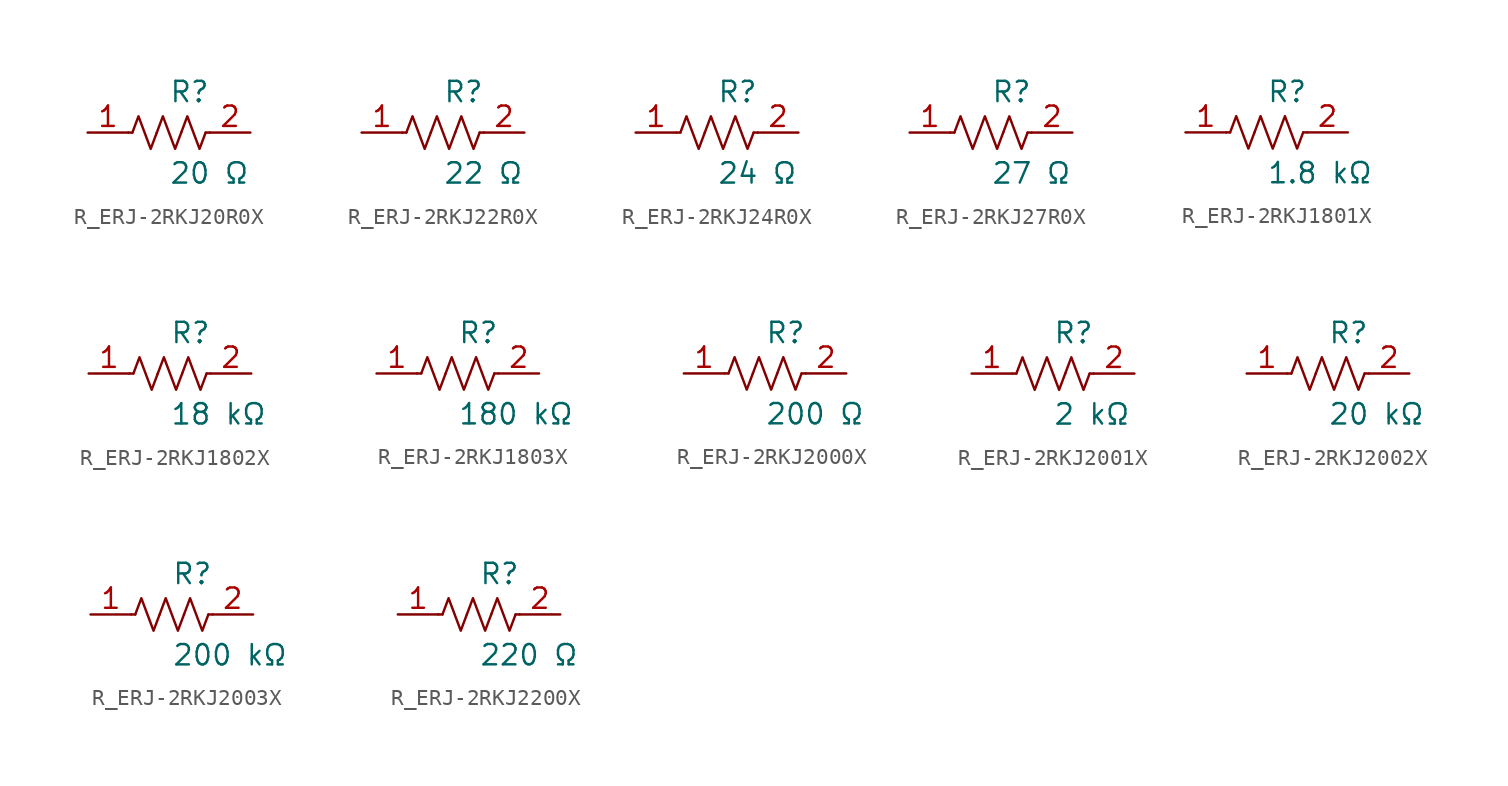
<source format=kicad_sym>
(kicad_symbol_lib
  (version 20231120)
  (generator kicad_symbol_editor)
  (generator_version 8.0)
  (symbol "R_ERJ-2RKJ20R0X"
    (pin_names
      (offset 0.254))
    (property "Reference" "R"
      (at 0.0 2.54 0)
      (effects (font (size 1.27 1.27)) (justify left)))
    (property "Value" "20 Ω"
      (at 0.0 -2.54 0)
      (effects (font (size 1.27 1.27)) (justify left)))
    (symbol "R_ERJ-2RKJ20R0X_0_1"
      (polyline (pts (xy 2.286 0) (xy 2.54 0)) (stroke (width 0) (type default)) (fill (type none)))
      (polyline (pts (xy -2.286 0) (xy -2.54 0)) (stroke (width 0) (type default)) (fill (type none)))
      (polyline (pts (xy 0.762 0) (xy 1.143 1.016) (xy 1.524 0) (xy 1.905 -1.016) (xy 2.286 0)) (stroke (width 0) (type default)) (fill (type none)))
      (polyline (pts (xy -0.762 0) (xy -0.381 1.016) (xy 0 0) (xy 0.381 -1.016) (xy 0.762 0)) (stroke (width 0) (type default)) (fill (type none)))
      (polyline (pts (xy -2.286 0) (xy -1.905 1.016) (xy -1.524 0) (xy -1.143 -1.016) (xy -0.762 0)) (stroke (width 0) (type default)) (fill (type none))))
    (pin unspecified line
      (at -5.08 0 0)
      (length 2.54)
      (name "" (effects (font (size 1.27 1.27))))
      (number "1" (effects (font (size 1.27 1.27)))))
    (pin unspecified line
      (at 5.08 0 180)
      (length 2.54)
      (name "" (effects (font (size 1.27 1.27))))
      (number "2" (effects (font (size 1.27 1.27))))))
  (symbol "R_ERJ-2RKJ22R0X"
    (pin_names
      (offset 0.254))
    (property "Reference" "R"
      (at 0.0 2.54 0)
      (effects (font (size 1.27 1.27)) (justify left)))
    (property "Value" "22 Ω"
      (at 0.0 -2.54 0)
      (effects (font (size 1.27 1.27)) (justify left)))
    (symbol "R_ERJ-2RKJ22R0X_0_1"
      (polyline (pts (xy 2.286 0) (xy 2.54 0)) (stroke (width 0) (type default)) (fill (type none)))
      (polyline (pts (xy -2.286 0) (xy -2.54 0)) (stroke (width 0) (type default)) (fill (type none)))
      (polyline (pts (xy 0.762 0) (xy 1.143 1.016) (xy 1.524 0) (xy 1.905 -1.016) (xy 2.286 0)) (stroke (width 0) (type default)) (fill (type none)))
      (polyline (pts (xy -0.762 0) (xy -0.381 1.016) (xy 0 0) (xy 0.381 -1.016) (xy 0.762 0)) (stroke (width 0) (type default)) (fill (type none)))
      (polyline (pts (xy -2.286 0) (xy -1.905 1.016) (xy -1.524 0) (xy -1.143 -1.016) (xy -0.762 0)) (stroke (width 0) (type default)) (fill (type none))))
    (pin unspecified line
      (at -5.08 0 0)
      (length 2.54)
      (name "" (effects (font (size 1.27 1.27))))
      (number "1" (effects (font (size 1.27 1.27)))))
    (pin unspecified line
      (at 5.08 0 180)
      (length 2.54)
      (name "" (effects (font (size 1.27 1.27))))
      (number "2" (effects (font (size 1.27 1.27))))))
  (symbol "R_ERJ-2RKJ24R0X"
    (pin_names
      (offset 0.254))
    (property "Reference" "R"
      (at 0.0 2.54 0)
      (effects (font (size 1.27 1.27)) (justify left)))
    (property "Value" "24 Ω"
      (at 0.0 -2.54 0)
      (effects (font (size 1.27 1.27)) (justify left)))
    (symbol "R_ERJ-2RKJ24R0X_0_1"
      (polyline (pts (xy 2.286 0) (xy 2.54 0)) (stroke (width 0) (type default)) (fill (type none)))
      (polyline (pts (xy -2.286 0) (xy -2.54 0)) (stroke (width 0) (type default)) (fill (type none)))
      (polyline (pts (xy 0.762 0) (xy 1.143 1.016) (xy 1.524 0) (xy 1.905 -1.016) (xy 2.286 0)) (stroke (width 0) (type default)) (fill (type none)))
      (polyline (pts (xy -0.762 0) (xy -0.381 1.016) (xy 0 0) (xy 0.381 -1.016) (xy 0.762 0)) (stroke (width 0) (type default)) (fill (type none)))
      (polyline (pts (xy -2.286 0) (xy -1.905 1.016) (xy -1.524 0) (xy -1.143 -1.016) (xy -0.762 0)) (stroke (width 0) (type default)) (fill (type none))))
    (pin unspecified line
      (at -5.08 0 0)
      (length 2.54)
      (name "" (effects (font (size 1.27 1.27))))
      (number "1" (effects (font (size 1.27 1.27)))))
    (pin unspecified line
      (at 5.08 0 180)
      (length 2.54)
      (name "" (effects (font (size 1.27 1.27))))
      (number "2" (effects (font (size 1.27 1.27))))))
  (symbol "R_ERJ-2RKJ27R0X"
    (pin_names
      (offset 0.254))
    (property "Reference" "R"
      (at 0.0 2.54 0)
      (effects (font (size 1.27 1.27)) (justify left)))
    (property "Value" "27 Ω"
      (at 0.0 -2.54 0)
      (effects (font (size 1.27 1.27)) (justify left)))
    (symbol "R_ERJ-2RKJ27R0X_0_1"
      (polyline (pts (xy 2.286 0) (xy 2.54 0)) (stroke (width 0) (type default)) (fill (type none)))
      (polyline (pts (xy -2.286 0) (xy -2.54 0)) (stroke (width 0) (type default)) (fill (type none)))
      (polyline (pts (xy 0.762 0) (xy 1.143 1.016) (xy 1.524 0) (xy 1.905 -1.016) (xy 2.286 0)) (stroke (width 0) (type default)) (fill (type none)))
      (polyline (pts (xy -0.762 0) (xy -0.381 1.016) (xy 0 0) (xy 0.381 -1.016) (xy 0.762 0)) (stroke (width 0) (type default)) (fill (type none)))
      (polyline (pts (xy -2.286 0) (xy -1.905 1.016) (xy -1.524 0) (xy -1.143 -1.016) (xy -0.762 0)) (stroke (width 0) (type default)) (fill (type none))))
    (pin unspecified line
      (at -5.08 0 0)
      (length 2.54)
      (name "" (effects (font (size 1.27 1.27))))
      (number "1" (effects (font (size 1.27 1.27)))))
    (pin unspecified line
      (at 5.08 0 180)
      (length 2.54)
      (name "" (effects (font (size 1.27 1.27))))
      (number "2" (effects (font (size 1.27 1.27))))))
  (symbol "R_ERJ-2RKJ1801X"
    (pin_names
      (offset 0.254))
    (property "Reference" "R"
      (at 0.0 2.54 0)
      (effects (font (size 1.27 1.27)) (justify left)))
    (property "Value" "1.8 kΩ"
      (at 0.0 -2.54 0)
      (effects (font (size 1.27 1.27)) (justify left)))
    (symbol "R_ERJ-2RKJ1801X_0_1"
      (polyline (pts (xy 2.286 0) (xy 2.54 0)) (stroke (width 0) (type default)) (fill (type none)))
      (polyline (pts (xy -2.286 0) (xy -2.54 0)) (stroke (width 0) (type default)) (fill (type none)))
      (polyline (pts (xy 0.762 0) (xy 1.143 1.016) (xy 1.524 0) (xy 1.905 -1.016) (xy 2.286 0)) (stroke (width 0) (type default)) (fill (type none)))
      (polyline (pts (xy -0.762 0) (xy -0.381 1.016) (xy 0 0) (xy 0.381 -1.016) (xy 0.762 0)) (stroke (width 0) (type default)) (fill (type none)))
      (polyline (pts (xy -2.286 0) (xy -1.905 1.016) (xy -1.524 0) (xy -1.143 -1.016) (xy -0.762 0)) (stroke (width 0) (type default)) (fill (type none))))
    (pin unspecified line
      (at -5.08 0 0)
      (length 2.54)
      (name "" (effects (font (size 1.27 1.27))))
      (number "1" (effects (font (size 1.27 1.27)))))
    (pin unspecified line
      (at 5.08 0 180)
      (length 2.54)
      (name "" (effects (font (size 1.27 1.27))))
      (number "2" (effects (font (size 1.27 1.27))))))
  (symbol "R_ERJ-2RKJ1802X"
    (pin_names
      (offset 0.254))
    (property "Reference" "R"
      (at 0.0 2.54 0)
      (effects (font (size 1.27 1.27)) (justify left)))
    (property "Value" "18 kΩ"
      (at 0.0 -2.54 0)
      (effects (font (size 1.27 1.27)) (justify left)))
    (symbol "R_ERJ-2RKJ1802X_0_1"
      (polyline (pts (xy 2.286 0) (xy 2.54 0)) (stroke (width 0) (type default)) (fill (type none)))
      (polyline (pts (xy -2.286 0) (xy -2.54 0)) (stroke (width 0) (type default)) (fill (type none)))
      (polyline (pts (xy 0.762 0) (xy 1.143 1.016) (xy 1.524 0) (xy 1.905 -1.016) (xy 2.286 0)) (stroke (width 0) (type default)) (fill (type none)))
      (polyline (pts (xy -0.762 0) (xy -0.381 1.016) (xy 0 0) (xy 0.381 -1.016) (xy 0.762 0)) (stroke (width 0) (type default)) (fill (type none)))
      (polyline (pts (xy -2.286 0) (xy -1.905 1.016) (xy -1.524 0) (xy -1.143 -1.016) (xy -0.762 0)) (stroke (width 0) (type default)) (fill (type none))))
    (pin unspecified line
      (at -5.08 0 0)
      (length 2.54)
      (name "" (effects (font (size 1.27 1.27))))
      (number "1" (effects (font (size 1.27 1.27)))))
    (pin unspecified line
      (at 5.08 0 180)
      (length 2.54)
      (name "" (effects (font (size 1.27 1.27))))
      (number "2" (effects (font (size 1.27 1.27))))))
  (symbol "R_ERJ-2RKJ1803X"
    (pin_names
      (offset 0.254))
    (property "Reference" "R"
      (at 0.0 2.54 0)
      (effects (font (size 1.27 1.27)) (justify left)))
    (property "Value" "180 kΩ"
      (at 0.0 -2.54 0)
      (effects (font (size 1.27 1.27)) (justify left)))
    (symbol "R_ERJ-2RKJ1803X_0_1"
      (polyline (pts (xy 2.286 0) (xy 2.54 0)) (stroke (width 0) (type default)) (fill (type none)))
      (polyline (pts (xy -2.286 0) (xy -2.54 0)) (stroke (width 0) (type default)) (fill (type none)))
      (polyline (pts (xy 0.762 0) (xy 1.143 1.016) (xy 1.524 0) (xy 1.905 -1.016) (xy 2.286 0)) (stroke (width 0) (type default)) (fill (type none)))
      (polyline (pts (xy -0.762 0) (xy -0.381 1.016) (xy 0 0) (xy 0.381 -1.016) (xy 0.762 0)) (stroke (width 0) (type default)) (fill (type none)))
      (polyline (pts (xy -2.286 0) (xy -1.905 1.016) (xy -1.524 0) (xy -1.143 -1.016) (xy -0.762 0)) (stroke (width 0) (type default)) (fill (type none))))
    (pin unspecified line
      (at -5.08 0 0)
      (length 2.54)
      (name "" (effects (font (size 1.27 1.27))))
      (number "1" (effects (font (size 1.27 1.27)))))
    (pin unspecified line
      (at 5.08 0 180)
      (length 2.54)
      (name "" (effects (font (size 1.27 1.27))))
      (number "2" (effects (font (size 1.27 1.27))))))
  (symbol "R_ERJ-2RKJ2000X"
    (pin_names
      (offset 0.254))
    (property "Reference" "R"
      (at 0.0 2.54 0)
      (effects (font (size 1.27 1.27)) (justify left)))
    (property "Value" "200 Ω"
      (at 0.0 -2.54 0)
      (effects (font (size 1.27 1.27)) (justify left)))
    (symbol "R_ERJ-2RKJ2000X_0_1"
      (polyline (pts (xy 2.286 0) (xy 2.54 0)) (stroke (width 0) (type default)) (fill (type none)))
      (polyline (pts (xy -2.286 0) (xy -2.54 0)) (stroke (width 0) (type default)) (fill (type none)))
      (polyline (pts (xy 0.762 0) (xy 1.143 1.016) (xy 1.524 0) (xy 1.905 -1.016) (xy 2.286 0)) (stroke (width 0) (type default)) (fill (type none)))
      (polyline (pts (xy -0.762 0) (xy -0.381 1.016) (xy 0 0) (xy 0.381 -1.016) (xy 0.762 0)) (stroke (width 0) (type default)) (fill (type none)))
      (polyline (pts (xy -2.286 0) (xy -1.905 1.016) (xy -1.524 0) (xy -1.143 -1.016) (xy -0.762 0)) (stroke (width 0) (type default)) (fill (type none))))
    (pin unspecified line
      (at -5.08 0 0)
      (length 2.54)
      (name "" (effects (font (size 1.27 1.27))))
      (number "1" (effects (font (size 1.27 1.27)))))
    (pin unspecified line
      (at 5.08 0 180)
      (length 2.54)
      (name "" (effects (font (size 1.27 1.27))))
      (number "2" (effects (font (size 1.27 1.27))))))
  (symbol "R_ERJ-2RKJ2001X"
    (pin_names
      (offset 0.254))
    (property "Reference" "R"
      (at 0.0 2.54 0)
      (effects (font (size 1.27 1.27)) (justify left)))
    (property "Value" "2 kΩ"
      (at 0.0 -2.54 0)
      (effects (font (size 1.27 1.27)) (justify left)))
    (symbol "R_ERJ-2RKJ2001X_0_1"
      (polyline (pts (xy 2.286 0) (xy 2.54 0)) (stroke (width 0) (type default)) (fill (type none)))
      (polyline (pts (xy -2.286 0) (xy -2.54 0)) (stroke (width 0) (type default)) (fill (type none)))
      (polyline (pts (xy 0.762 0) (xy 1.143 1.016) (xy 1.524 0) (xy 1.905 -1.016) (xy 2.286 0)) (stroke (width 0) (type default)) (fill (type none)))
      (polyline (pts (xy -0.762 0) (xy -0.381 1.016) (xy 0 0) (xy 0.381 -1.016) (xy 0.762 0)) (stroke (width 0) (type default)) (fill (type none)))
      (polyline (pts (xy -2.286 0) (xy -1.905 1.016) (xy -1.524 0) (xy -1.143 -1.016) (xy -0.762 0)) (stroke (width 0) (type default)) (fill (type none))))
    (pin unspecified line
      (at -5.08 0 0)
      (length 2.54)
      (name "" (effects (font (size 1.27 1.27))))
      (number "1" (effects (font (size 1.27 1.27)))))
    (pin unspecified line
      (at 5.08 0 180)
      (length 2.54)
      (name "" (effects (font (size 1.27 1.27))))
      (number "2" (effects (font (size 1.27 1.27))))))
  (symbol "R_ERJ-2RKJ2002X"
    (pin_names
      (offset 0.254))
    (property "Reference" "R"
      (at 0.0 2.54 0)
      (effects (font (size 1.27 1.27)) (justify left)))
    (property "Value" "20 kΩ"
      (at 0.0 -2.54 0)
      (effects (font (size 1.27 1.27)) (justify left)))
    (symbol "R_ERJ-2RKJ2002X_0_1"
      (polyline (pts (xy 2.286 0) (xy 2.54 0)) (stroke (width 0) (type default)) (fill (type none)))
      (polyline (pts (xy -2.286 0) (xy -2.54 0)) (stroke (width 0) (type default)) (fill (type none)))
      (polyline (pts (xy 0.762 0) (xy 1.143 1.016) (xy 1.524 0) (xy 1.905 -1.016) (xy 2.286 0)) (stroke (width 0) (type default)) (fill (type none)))
      (polyline (pts (xy -0.762 0) (xy -0.381 1.016) (xy 0 0) (xy 0.381 -1.016) (xy 0.762 0)) (stroke (width 0) (type default)) (fill (type none)))
      (polyline (pts (xy -2.286 0) (xy -1.905 1.016) (xy -1.524 0) (xy -1.143 -1.016) (xy -0.762 0)) (stroke (width 0) (type default)) (fill (type none))))
    (pin unspecified line
      (at -5.08 0 0)
      (length 2.54)
      (name "" (effects (font (size 1.27 1.27))))
      (number "1" (effects (font (size 1.27 1.27)))))
    (pin unspecified line
      (at 5.08 0 180)
      (length 2.54)
      (name "" (effects (font (size 1.27 1.27))))
      (number "2" (effects (font (size 1.27 1.27))))))
  (symbol "R_ERJ-2RKJ2003X"
    (pin_names
      (offset 0.254))
    (property "Reference" "R"
      (at 0.0 2.54 0)
      (effects (font (size 1.27 1.27)) (justify left)))
    (property "Value" "200 kΩ"
      (at 0.0 -2.54 0)
      (effects (font (size 1.27 1.27)) (justify left)))
    (symbol "R_ERJ-2RKJ2003X_0_1"
      (polyline (pts (xy 2.286 0) (xy 2.54 0)) (stroke (width 0) (type default)) (fill (type none)))
      (polyline (pts (xy -2.286 0) (xy -2.54 0)) (stroke (width 0) (type default)) (fill (type none)))
      (polyline (pts (xy 0.762 0) (xy 1.143 1.016) (xy 1.524 0) (xy 1.905 -1.016) (xy 2.286 0)) (stroke (width 0) (type default)) (fill (type none)))
      (polyline (pts (xy -0.762 0) (xy -0.381 1.016) (xy 0 0) (xy 0.381 -1.016) (xy 0.762 0)) (stroke (width 0) (type default)) (fill (type none)))
      (polyline (pts (xy -2.286 0) (xy -1.905 1.016) (xy -1.524 0) (xy -1.143 -1.016) (xy -0.762 0)) (stroke (width 0) (type default)) (fill (type none))))
    (pin unspecified line
      (at -5.08 0 0)
      (length 2.54)
      (name "" (effects (font (size 1.27 1.27))))
      (number "1" (effects (font (size 1.27 1.27)))))
    (pin unspecified line
      (at 5.08 0 180)
      (length 2.54)
      (name "" (effects (font (size 1.27 1.27))))
      (number "2" (effects (font (size 1.27 1.27))))))
  (symbol "R_ERJ-2RKJ2200X"
    (pin_names
      (offset 0.254))
    (property "Reference" "R"
      (at 0.0 2.54 0)
      (effects (font (size 1.27 1.27)) (justify left)))
    (property "Value" "220 Ω"
      (at 0.0 -2.54 0)
      (effects (font (size 1.27 1.27)) (justify left)))
    (symbol "R_ERJ-2RKJ2200X_0_1"
      (polyline (pts (xy 2.286 0) (xy 2.54 0)) (stroke (width 0) (type default)) (fill (type none)))
      (polyline (pts (xy -2.286 0) (xy -2.54 0)) (stroke (width 0) (type default)) (fill (type none)))
      (polyline (pts (xy 0.762 0) (xy 1.143 1.016) (xy 1.524 0) (xy 1.905 -1.016) (xy 2.286 0)) (stroke (width 0) (type default)) (fill (type none)))
      (polyline (pts (xy -0.762 0) (xy -0.381 1.016) (xy 0 0) (xy 0.381 -1.016) (xy 0.762 0)) (stroke (width 0) (type default)) (fill (type none)))
      (polyline (pts (xy -2.286 0) (xy -1.905 1.016) (xy -1.524 0) (xy -1.143 -1.016) (xy -0.762 0)) (stroke (width 0) (type default)) (fill (type none))))
    (pin unspecified line
      (at -5.08 0 0)
      (length 2.54)
      (name "" (effects (font (size 1.27 1.27))))
      (number "1" (effects (font (size 1.27 1.27)))))
    (pin unspecified line
      (at 5.08 0 180)
      (length 2.54)
      (name "" (effects (font (size 1.27 1.27))))
      (number "2" (effects (font (size 1.27 1.27)))))))
</source>
